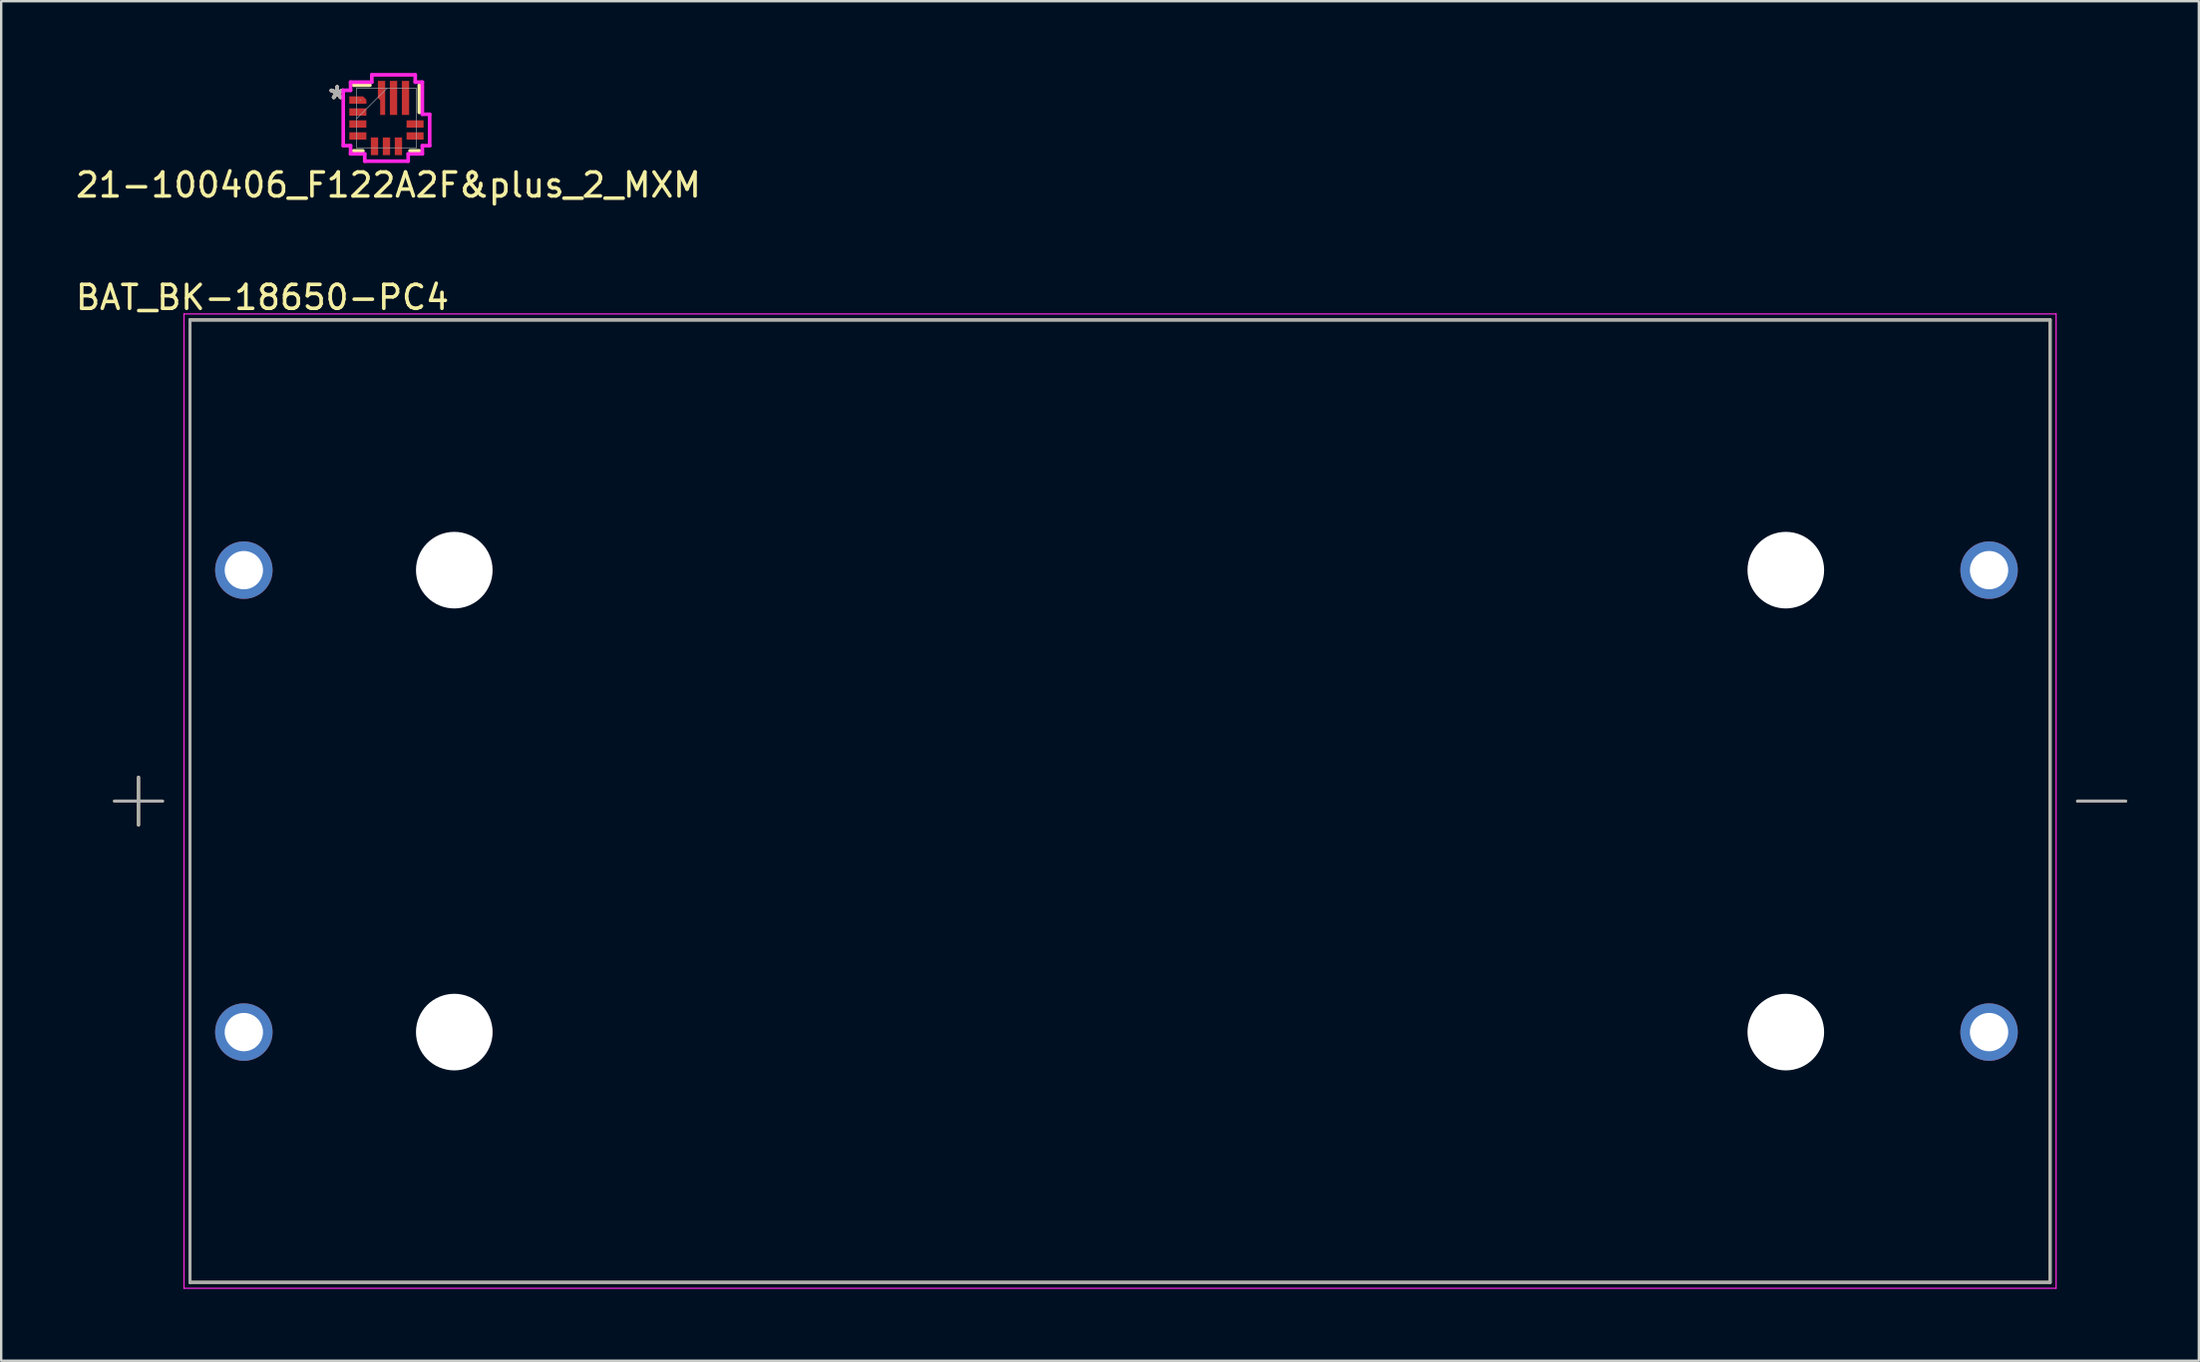
<source format=kicad_pcb>
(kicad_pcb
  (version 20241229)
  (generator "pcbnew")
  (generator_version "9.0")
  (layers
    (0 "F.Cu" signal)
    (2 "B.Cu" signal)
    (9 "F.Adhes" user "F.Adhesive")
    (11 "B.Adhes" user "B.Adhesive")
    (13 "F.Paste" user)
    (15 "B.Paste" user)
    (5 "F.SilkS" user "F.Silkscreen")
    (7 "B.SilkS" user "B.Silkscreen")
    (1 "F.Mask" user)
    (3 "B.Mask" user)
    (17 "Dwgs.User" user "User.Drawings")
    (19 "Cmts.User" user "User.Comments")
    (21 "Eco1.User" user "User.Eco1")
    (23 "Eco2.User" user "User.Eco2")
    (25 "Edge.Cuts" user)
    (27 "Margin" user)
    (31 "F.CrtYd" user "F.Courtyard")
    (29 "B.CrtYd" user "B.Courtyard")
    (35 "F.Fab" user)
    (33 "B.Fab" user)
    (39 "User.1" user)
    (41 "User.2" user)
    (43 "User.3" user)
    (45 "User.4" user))
  (footprint "21-100406_F122A2F&plus_2_MXM"
    (layer "F.Cu")
    (at 13.093 1.88)
    (property "Reference" "21-100406_F122A2F&plus_2_MXM" (at 0.08 2.8 0) (unlocked yes) (layer "F.SilkS") (effects (font (size 1 1) (thickness 0.15))))
    (attr smd)
    (fp_poly (pts (xy -1.551 -0.903) (xy -0.979 -0.903) (xy -0.839 -0.763) (xy -0.839 -0.598) (xy -1.551 -0.598)) (stroke (width 0) (type solid)) (fill yes) (layer "F.Cu"))
    (fp_poly (pts (xy -0.053 -1.55) (xy -0.358 -1.55) (xy -0.358 -0.84) (xy -0.263 -0.748) (xy -0.263 -0.127) (xy -0.053 -0.127)) (stroke (width 0) (type solid)) (fill yes) (layer "F.Cu"))
    (fp_poly (pts (xy -1.551 -0.903) (xy -0.979 -0.903) (xy -0.839 -0.763) (xy -0.839 -0.598) (xy -1.551 -0.598)) (stroke (width 0) (type solid)) (fill yes) (layer "F.Mask"))
    (fp_poly (pts (xy -0.053 -1.55) (xy -0.358 -1.55) (xy -0.358 -0.84) (xy -0.263 -0.748) (xy -0.263 -0.127) (xy -0.053 -0.127)) (stroke (width 0) (type solid)) (fill yes) (layer "F.Mask"))
    (fp_line (start -1.372 -1.372) (end -0.69 -1.372) (stroke (width 0.152) (type solid)) (layer "F.SilkS"))
    (fp_line (start -0.985 1.372) (end -1.372 1.372) (stroke (width 0.152) (type solid)) (layer "F.SilkS"))
    (fp_line (start 1.372 -1.372) (end 1.372 -0.235) (stroke (width 0.152) (type solid)) (layer "F.SilkS"))
    (fp_line (start 1.372 1.372) (end 0.985 1.372) (stroke (width 0.152) (type solid)) (layer "F.SilkS"))
    (fp_poly (pts (xy -1.551 -0.903) (xy -0.979 -0.903) (xy -0.839 -0.763) (xy -0.839 -0.598) (xy -1.551 -0.598)) (stroke (width 0) (type solid)) (fill yes) (layer "F.Paste"))
    (fp_poly (pts (xy -0.053 -1.55) (xy -0.358 -1.55) (xy -0.358 -0.84) (xy -0.263 -0.748) (xy -0.263 -0.127) (xy -0.053 -0.127)) (stroke (width 0) (type solid)) (fill yes) (layer "F.Paste"))
    (fp_line (start -1.805 -1.157) (end -1.805 1.157) (stroke (width 0.152) (type solid)) (layer "F.CrtYd"))
    (fp_line (start -1.805 1.157) (end -1.499 1.157) (stroke (width 0.152) (type solid)) (layer "F.CrtYd"))
    (fp_line (start -1.499 -1.499) (end -1.499 -1.157) (stroke (width 0.152) (type solid)) (layer "F.CrtYd"))
    (fp_line (start -1.499 -1.157) (end -1.805 -1.157) (stroke (width 0.152) (type solid)) (layer "F.CrtYd"))
    (fp_line (start -1.499 1.157) (end -1.499 1.499) (stroke (width 0.152) (type solid)) (layer "F.CrtYd"))
    (fp_line (start -1.499 1.499) (end -0.907 1.499) (stroke (width 0.152) (type solid)) (layer "F.CrtYd"))
    (fp_line (start -0.907 1.499) (end -0.907 1.804) (stroke (width 0.152) (type solid)) (layer "F.CrtYd"))
    (fp_line (start -0.907 1.804) (end 0.907 1.804) (stroke (width 0.152) (type solid)) (layer "F.CrtYd"))
    (fp_line (start -0.612 -1.804) (end -0.612 -1.499) (stroke (width 0.152) (type solid)) (layer "F.CrtYd"))
    (fp_line (start -0.612 -1.499) (end -1.499 -1.499) (stroke (width 0.152) (type solid)) (layer "F.CrtYd"))
    (fp_line (start 0.907 1.499) (end 1.499 1.499) (stroke (width 0.152) (type solid)) (layer "F.CrtYd"))
    (fp_line (start 0.907 1.804) (end 0.907 1.499) (stroke (width 0.152) (type solid)) (layer "F.CrtYd"))
    (fp_line (start 1.202 -1.804) (end -0.612 -1.804) (stroke (width 0.152) (type solid)) (layer "F.CrtYd"))
    (fp_line (start 1.202 -1.499) (end 1.202 -1.804) (stroke (width 0.152) (type solid)) (layer "F.CrtYd"))
    (fp_line (start 1.499 -1.499) (end 1.202 -1.499) (stroke (width 0.152) (type solid)) (layer "F.CrtYd"))
    (fp_line (start 1.499 -0.156) (end 1.499 -1.499) (stroke (width 0.152) (type solid)) (layer "F.CrtYd"))
    (fp_line (start 1.499 1.157) (end 1.805 1.157) (stroke (width 0.152) (type solid)) (layer "F.CrtYd"))
    (fp_line (start 1.499 1.499) (end 1.499 1.157) (stroke (width 0.152) (type solid)) (layer "F.CrtYd"))
    (fp_line (start 1.805 -0.156) (end 1.499 -0.156) (stroke (width 0.152) (type solid)) (layer "F.CrtYd"))
    (fp_line (start 1.805 1.157) (end 1.805 -0.156) (stroke (width 0.152) (type solid)) (layer "F.CrtYd"))
    (fp_line (start -1.245 -1.245) (end -1.245 1.245) (stroke (width 0.025) (type solid)) (layer "F.Fab"))
    (fp_line (start -1.245 0.025) (end 0.025 -1.245) (stroke (width 0.025) (type solid)) (layer "F.Fab"))
    (fp_line (start -1.245 1.245) (end 1.245 1.245) (stroke (width 0.025) (type solid)) (layer "F.Fab"))
    (fp_line (start 1.245 -1.245) (end -1.245 -1.245) (stroke (width 0.025) (type solid)) (layer "F.Fab"))
    (fp_line (start 1.245 1.245) (end 1.245 -1.245) (stroke (width 0.025) (type solid)) (layer "F.Fab"))
    (fp_circle (center -1.098 -0.75) (end -1.098 -0.75) (stroke (width 0.025) (type solid)) (fill no) (layer "F.Fab"))
    (fp_text user "*" (at -2.06 -0.75 0) (layer "F.SilkS") (effects (font (size 1 1) (thickness 0.15))))
    (fp_text user "*" (at -2.06 -0.75 0) (unlocked yes) (layer "F.SilkS") (effects (font (size 1 1) (thickness 0.15))))
    (fp_text user "*" (at -2.06 -0.75 0) (unlocked yes) (layer "B.SilkS") (effects (font (size 1 1) (thickness 0.15))))
    (fp_text user "*" (at -2.06 -0.75 0) (layer "F.Fab") (effects (font (size 1 1) (thickness 0.15))))
    (fp_text user "*" (at -2.06 -0.75 0) (unlocked yes) (layer "F.Fab") (effects (font (size 1 1) (thickness 0.15))))
    (pad "1" smd rect (at -1.195 -0.75) (size 0.127 0.127) (layers "F.Cu" "F.Mask" "F.Paste"))
    (pad "2" smd rect (at -1.195 -0.25) (size 0.711 0.305) (layers "F.Cu" "F.Mask" "F.Paste"))
    (pad "3" smd rect (at -1.195 0.25) (size 0.711 0.305) (layers "F.Cu" "F.Mask" "F.Paste"))
    (pad "4" smd rect (at -1.195 0.75) (size 0.711 0.305) (layers "F.Cu" "F.Mask" "F.Paste"))
    (pad "5" smd rect (at -0.5 1.182 90) (size 0.737 0.305) (layers "F.Cu" "F.Mask" "F.Paste"))
    (pad "6" smd rect (at 0 1.182 90) (size 0.737 0.305) (layers "F.Cu" "F.Mask" "F.Paste"))
    (pad "7" smd rect (at 0.5 1.182 90) (size 0.737 0.305) (layers "F.Cu" "F.Mask" "F.Paste"))
    (pad "8" smd rect (at 1.195 0.75) (size 0.711 0.305) (layers "F.Cu" "F.Mask" "F.Paste"))
    (pad "9" smd rect (at 1.195 0.25) (size 0.711 0.305) (layers "F.Cu" "F.Mask" "F.Paste"))
    (pad "10" smd rect (at 0.795 -0.839 90) (size 1.422 0.305) (layers "F.Cu" "F.Mask" "F.Paste"))
    (pad "11" smd rect (at 0.295 -0.839 90) (size 1.422 0.305) (layers "F.Cu" "F.Mask" "F.Paste"))
    (pad "12" smd rect (at -0.203 -1.092 90) (size 0.127 0.127) (layers "F.Cu" "F.Mask" "F.Paste")))
  (footprint "BAT_BK-18650-PC4"
    (layer "F.Cu")
    (at 43.736 30.421)
    (property "Reference" "BAT_BK-18650-PC4" (at -35.825 -21.045 0) (layer "F.SilkS") (effects (font (size 1 1) (thickness 0.15))))
    (attr through_hole)
    (fp_line (start -42 0) (end -40 0) (stroke (width 0.127) (type solid)) (layer "F.SilkS"))
    (fp_line (start -41 -1) (end -41 1) (stroke (width 0.127) (type solid)) (layer "F.SilkS"))
    (fp_line (start -38.85 -20.105) (end 38.85 -20.105) (stroke (width 0.127) (type solid)) (layer "F.SilkS"))
    (fp_line (start -38.85 20.105) (end -38.85 -20.105) (stroke (width 0.127) (type solid)) (layer "F.SilkS"))
    (fp_line (start 38.85 -20.105) (end 38.85 20.105) (stroke (width 0.127) (type solid)) (layer "F.SilkS"))
    (fp_line (start 38.85 20.105) (end -38.85 20.105) (stroke (width 0.127) (type solid)) (layer "F.SilkS"))
    (fp_line (start 40 0) (end 42 0) (stroke (width 0.127) (type solid)) (layer "F.SilkS"))
    (fp_line (start -39.1 -20.355) (end 39.1 -20.355) (stroke (width 0.05) (type solid)) (layer "F.CrtYd"))
    (fp_line (start -39.1 20.355) (end -39.1 -20.355) (stroke (width 0.05) (type solid)) (layer "F.CrtYd"))
    (fp_line (start 39.1 -20.355) (end 39.1 20.355) (stroke (width 0.05) (type solid)) (layer "F.CrtYd"))
    (fp_line (start 39.1 20.355) (end -39.1 20.355) (stroke (width 0.05) (type solid)) (layer "F.CrtYd"))
    (fp_line (start -42 0) (end -40 0) (stroke (width 0.127) (type solid)) (layer "F.Fab"))
    (fp_line (start -41 -1) (end -41 1) (stroke (width 0.127) (type solid)) (layer "F.Fab"))
    (fp_line (start -38.85 -20.105) (end 38.85 -20.105) (stroke (width 0.127) (type solid)) (layer "F.Fab"))
    (fp_line (start -38.85 20.105) (end -38.85 -20.105) (stroke (width 0.127) (type solid)) (layer "F.Fab"))
    (fp_line (start 38.85 -20.105) (end 38.85 20.105) (stroke (width 0.127) (type solid)) (layer "F.Fab"))
    (fp_line (start 38.85 20.105) (end -38.85 20.105) (stroke (width 0.127) (type solid)) (layer "F.Fab"))
    (fp_line (start 40 0) (end 42 0) (stroke (width 0.127) (type solid)) (layer "F.Fab"))
    (pad "" np_thru_hole circle (at -27.81 -9.65) (size 3.2 3.2) (drill 3.2) (layers "*.Cu" "*.Mask"))
    (pad "" np_thru_hole circle (at -27.81 9.65) (size 3.2 3.2) (drill 3.2) (layers "*.Cu" "*.Mask"))
    (pad "" np_thru_hole circle (at 27.81 -9.65) (size 3.2 3.2) (drill 3.2) (layers "*.Cu" "*.Mask"))
    (pad "" np_thru_hole circle (at 27.81 9.65) (size 3.2 3.2) (drill 3.2) (layers "*.Cu" "*.Mask"))
    (pad "1+" thru_hole circle (at -36.6 -9.65) (size 2.4 2.4) (drill 1.6) (layers "*.Cu" "*.Mask"))
    (pad "1-" thru_hole circle (at 36.3 -9.65) (size 2.4 2.4) (drill 1.6) (layers "*.Cu" "*.Mask"))
    (pad "2+" thru_hole circle (at -36.6 9.65) (size 2.4 2.4) (drill 1.6) (layers "*.Cu" "*.Mask"))
    (pad "2-" thru_hole circle (at 36.3 9.65) (size 2.4 2.4) (drill 1.6) (layers "*.Cu" "*.Mask")))
  (gr_rect
    (start -3 -3)
    (end 88.799 53.801)
    (stroke (width 0.1) (type default))
    (fill no)
    (layer "Edge.Cuts")))
</source>
